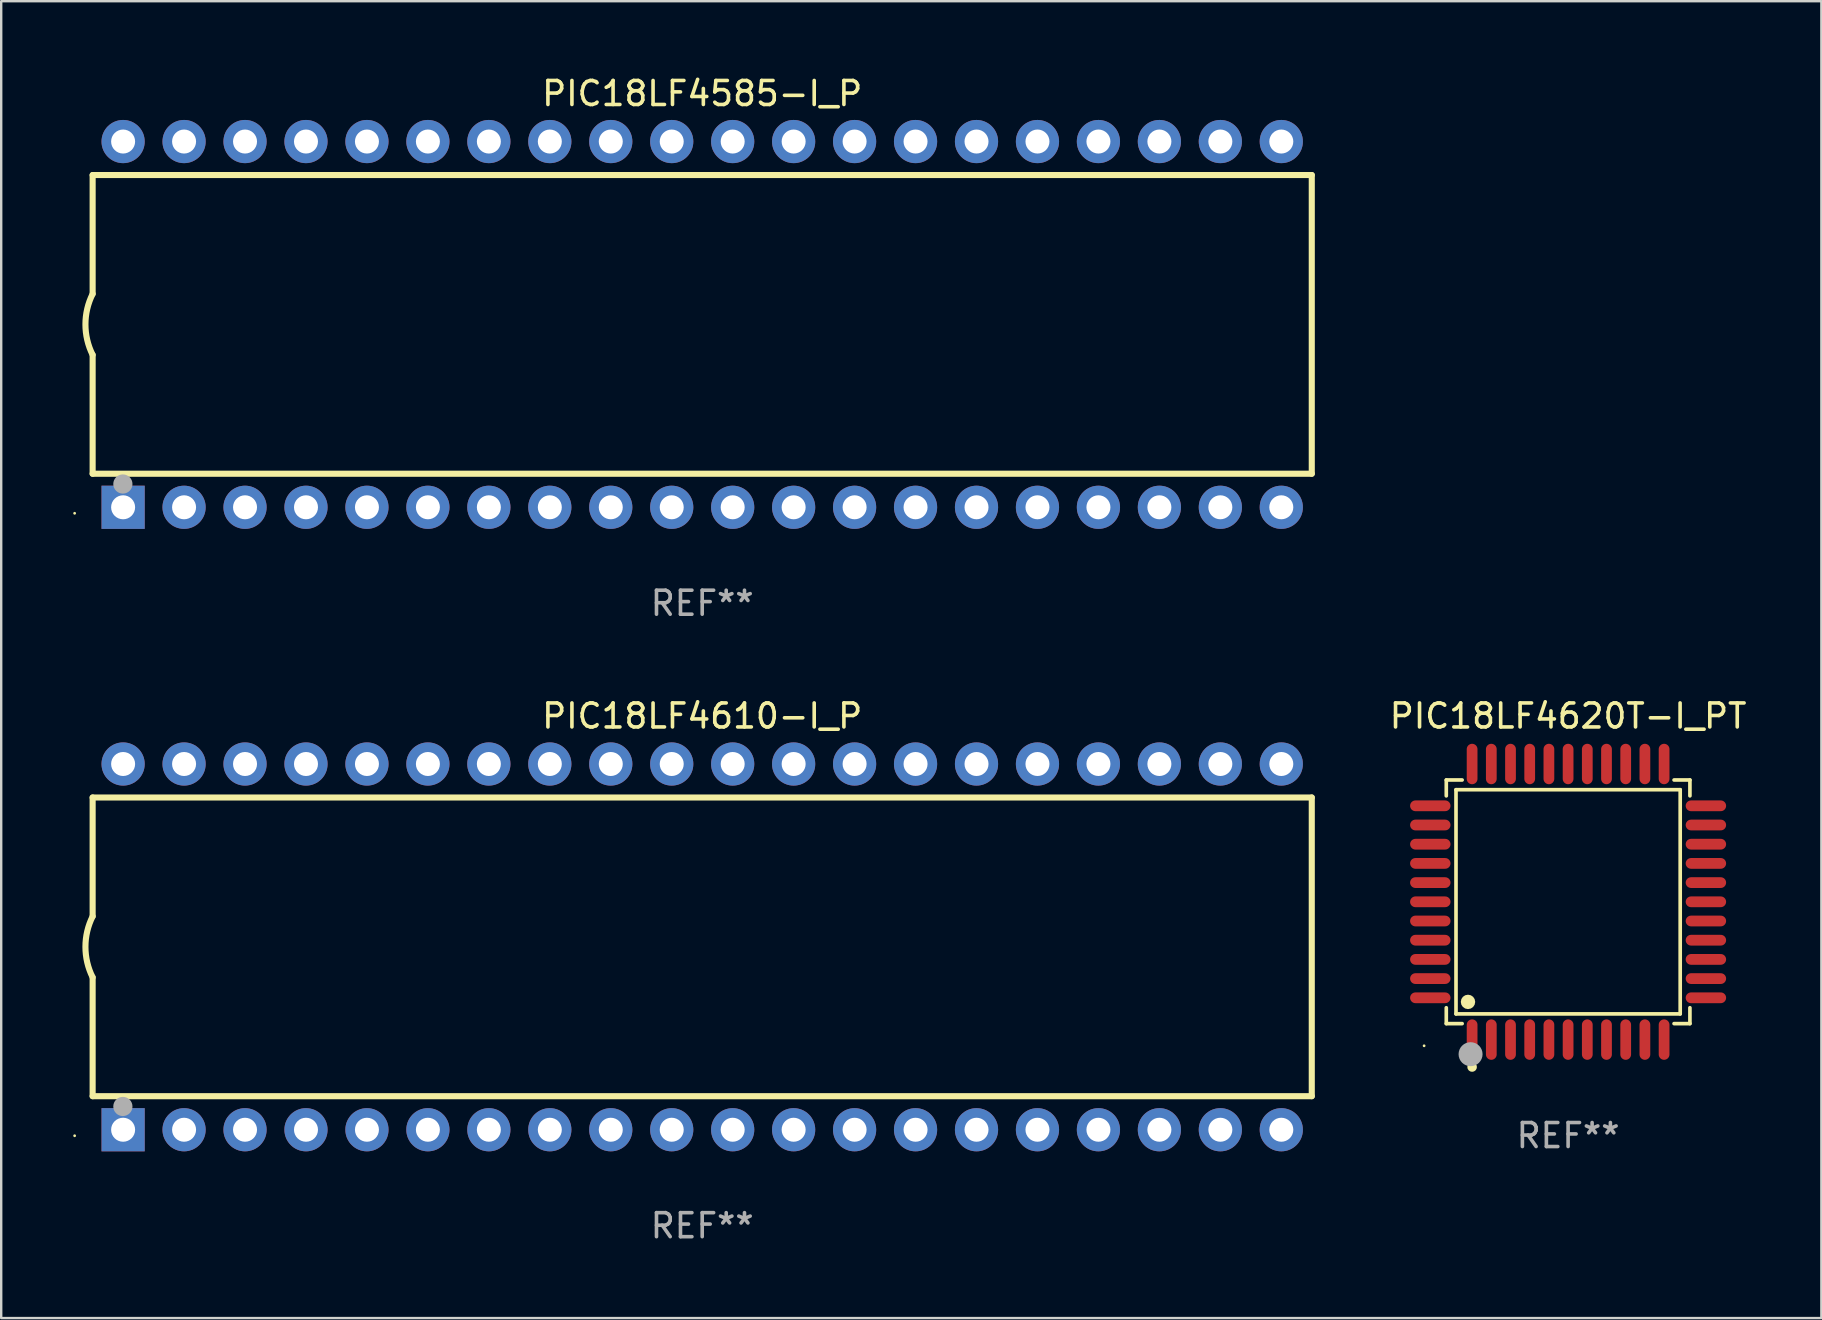
<source format=kicad_pcb>
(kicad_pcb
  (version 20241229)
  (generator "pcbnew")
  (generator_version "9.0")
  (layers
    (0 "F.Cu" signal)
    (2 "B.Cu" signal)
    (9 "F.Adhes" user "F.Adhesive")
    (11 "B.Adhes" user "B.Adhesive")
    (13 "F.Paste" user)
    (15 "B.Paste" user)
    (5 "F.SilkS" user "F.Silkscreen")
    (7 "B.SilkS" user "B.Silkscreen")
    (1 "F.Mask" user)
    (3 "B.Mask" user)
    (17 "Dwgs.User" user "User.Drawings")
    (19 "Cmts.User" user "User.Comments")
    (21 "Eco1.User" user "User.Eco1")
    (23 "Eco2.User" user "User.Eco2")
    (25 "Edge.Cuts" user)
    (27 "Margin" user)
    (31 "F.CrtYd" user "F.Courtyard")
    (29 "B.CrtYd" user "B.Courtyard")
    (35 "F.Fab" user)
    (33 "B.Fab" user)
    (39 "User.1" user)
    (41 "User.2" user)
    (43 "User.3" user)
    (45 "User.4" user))
  (footprint "PIC18LF4620T-I_PT"
    (layer "F.Cu")
    (at 62.291 34.527)
    (property "Reference" "PIC18LF4620T-I_PT" (at 0 -7.742 0) (layer "F.SilkS") (effects (font (size 1 1) (thickness 0.15))))
    (attr through_hole)
    (fp_line (start -5.076 -5.076) (end -4.415 -5.076) (stroke (width 0.152) (type solid)) (layer "F.SilkS"))
    (fp_line (start -5.076 -4.415) (end -5.076 -5.076) (stroke (width 0.152) (type solid)) (layer "F.SilkS"))
    (fp_line (start -5.076 4.415) (end -5.076 5.076) (stroke (width 0.152) (type solid)) (layer "F.SilkS"))
    (fp_line (start -5.076 5.076) (end -4.415 5.076) (stroke (width 0.152) (type solid)) (layer "F.SilkS"))
    (fp_line (start -4.671 -4.671) (end 4.671 -4.671) (stroke (width 0.152) (type solid)) (layer "F.SilkS"))
    (fp_line (start -4.671 4.671) (end -4.671 -4.671) (stroke (width 0.152) (type solid)) (layer "F.SilkS"))
    (fp_line (start 4.671 -4.671) (end 4.671 4.671) (stroke (width 0.152) (type solid)) (layer "F.SilkS"))
    (fp_line (start 4.671 4.671) (end -4.671 4.671) (stroke (width 0.152) (type solid)) (layer "F.SilkS"))
    (fp_line (start 5.076 -5.076) (end 4.415 -5.076) (stroke (width 0.152) (type solid)) (layer "F.SilkS"))
    (fp_line (start 5.076 -4.415) (end 5.076 -5.076) (stroke (width 0.152) (type solid)) (layer "F.SilkS"))
    (fp_line (start 5.076 4.415) (end 5.076 5.076) (stroke (width 0.152) (type solid)) (layer "F.SilkS"))
    (fp_line (start 5.076 5.076) (end 4.415 5.076) (stroke (width 0.152) (type solid)) (layer "F.SilkS"))
    (fp_circle (center -6 6) (end -5.97 6) (stroke (width 0.06) (type solid)) (fill no) (layer "F.SilkS"))
    (fp_circle (center -4.171 4.171) (end -4.021 4.171) (stroke (width 0.3) (type solid)) (fill no) (layer "F.SilkS"))
    (fp_circle (center -4 6.884) (end -3.9 6.884) (stroke (width 0.2) (type solid)) (fill no) (layer "F.SilkS"))
    (fp_circle (center -4.064 6.35) (end -3.814 6.35) (stroke (width 0.5) (type solid)) (fill no) (layer "F.Fab"))
    (fp_text user "REF**" (at 0 9.742 0) (layer "F.Fab") (effects (font (size 1 1) (thickness 0.15))))
    (pad "1" smd oval (at -4 5.742) (size 0.448 1.684) (layers "F.Cu" "F.Mask" "F.Paste"))
    (pad "2" smd oval (at -3.2 5.742) (size 0.448 1.684) (layers "F.Cu" "F.Mask" "F.Paste"))
    (pad "3" smd oval (at -2.4 5.742) (size 0.448 1.684) (layers "F.Cu" "F.Mask" "F.Paste"))
    (pad "4" smd oval (at -1.6 5.742) (size 0.448 1.684) (layers "F.Cu" "F.Mask" "F.Paste"))
    (pad "5" smd oval (at -0.8 5.742) (size 0.448 1.684) (layers "F.Cu" "F.Mask" "F.Paste"))
    (pad "6" smd oval (at 0 5.742) (size 0.448 1.684) (layers "F.Cu" "F.Mask" "F.Paste"))
    (pad "7" smd oval (at 0.8 5.742) (size 0.448 1.684) (layers "F.Cu" "F.Mask" "F.Paste"))
    (pad "8" smd oval (at 1.6 5.742) (size 0.448 1.684) (layers "F.Cu" "F.Mask" "F.Paste"))
    (pad "9" smd oval (at 2.4 5.742) (size 0.448 1.684) (layers "F.Cu" "F.Mask" "F.Paste"))
    (pad "10" smd oval (at 3.2 5.742) (size 0.448 1.684) (layers "F.Cu" "F.Mask" "F.Paste"))
    (pad "11" smd oval (at 4 5.742) (size 0.448 1.684) (layers "F.Cu" "F.Mask" "F.Paste"))
    (pad "12" smd oval (at 5.742 4) (size 1.684 0.448) (layers "F.Cu" "F.Mask" "F.Paste"))
    (pad "13" smd oval (at 5.742 3.2) (size 1.684 0.448) (layers "F.Cu" "F.Mask" "F.Paste"))
    (pad "14" smd oval (at 5.742 2.4) (size 1.684 0.448) (layers "F.Cu" "F.Mask" "F.Paste"))
    (pad "15" smd oval (at 5.742 1.6) (size 1.684 0.448) (layers "F.Cu" "F.Mask" "F.Paste"))
    (pad "16" smd oval (at 5.742 0.8) (size 1.684 0.448) (layers "F.Cu" "F.Mask" "F.Paste"))
    (pad "17" smd oval (at 5.742 0) (size 1.684 0.448) (layers "F.Cu" "F.Mask" "F.Paste"))
    (pad "18" smd oval (at 5.742 -0.8) (size 1.684 0.448) (layers "F.Cu" "F.Mask" "F.Paste"))
    (pad "19" smd oval (at 5.742 -1.6) (size 1.684 0.448) (layers "F.Cu" "F.Mask" "F.Paste"))
    (pad "20" smd oval (at 5.742 -2.4) (size 1.684 0.448) (layers "F.Cu" "F.Mask" "F.Paste"))
    (pad "21" smd oval (at 5.742 -3.2) (size 1.684 0.448) (layers "F.Cu" "F.Mask" "F.Paste"))
    (pad "22" smd oval (at 5.742 -4) (size 1.684 0.448) (layers "F.Cu" "F.Mask" "F.Paste"))
    (pad "23" smd oval (at 4 -5.742) (size 0.448 1.684) (layers "F.Cu" "F.Mask" "F.Paste"))
    (pad "24" smd oval (at 3.2 -5.742) (size 0.448 1.684) (layers "F.Cu" "F.Mask" "F.Paste"))
    (pad "25" smd oval (at 2.4 -5.742) (size 0.448 1.684) (layers "F.Cu" "F.Mask" "F.Paste"))
    (pad "26" smd oval (at 1.6 -5.742) (size 0.448 1.684) (layers "F.Cu" "F.Mask" "F.Paste"))
    (pad "27" smd oval (at 0.8 -5.742) (size 0.448 1.684) (layers "F.Cu" "F.Mask" "F.Paste"))
    (pad "28" smd oval (at 0 -5.742) (size 0.448 1.684) (layers "F.Cu" "F.Mask" "F.Paste"))
    (pad "29" smd oval (at -0.8 -5.742) (size 0.448 1.684) (layers "F.Cu" "F.Mask" "F.Paste"))
    (pad "30" smd oval (at -1.6 -5.742) (size 0.448 1.684) (layers "F.Cu" "F.Mask" "F.Paste"))
    (pad "31" smd oval (at -2.4 -5.742) (size 0.448 1.684) (layers "F.Cu" "F.Mask" "F.Paste"))
    (pad "32" smd oval (at -3.2 -5.742) (size 0.448 1.684) (layers "F.Cu" "F.Mask" "F.Paste"))
    (pad "33" smd oval (at -4 -5.742) (size 0.448 1.684) (layers "F.Cu" "F.Mask" "F.Paste"))
    (pad "34" smd oval (at -5.742 -4) (size 1.684 0.448) (layers "F.Cu" "F.Mask" "F.Paste"))
    (pad "35" smd oval (at -5.742 -3.2) (size 1.684 0.448) (layers "F.Cu" "F.Mask" "F.Paste"))
    (pad "36" smd oval (at -5.742 -2.4) (size 1.684 0.448) (layers "F.Cu" "F.Mask" "F.Paste"))
    (pad "37" smd oval (at -5.742 -1.6) (size 1.684 0.448) (layers "F.Cu" "F.Mask" "F.Paste"))
    (pad "38" smd oval (at -5.742 -0.8) (size 1.684 0.448) (layers "F.Cu" "F.Mask" "F.Paste"))
    (pad "39" smd oval (at -5.742 0) (size 1.684 0.448) (layers "F.Cu" "F.Mask" "F.Paste"))
    (pad "40" smd oval (at -5.742 0.8) (size 1.684 0.448) (layers "F.Cu" "F.Mask" "F.Paste"))
    (pad "41" smd oval (at -5.742 1.6) (size 1.684 0.448) (layers "F.Cu" "F.Mask" "F.Paste"))
    (pad "42" smd oval (at -5.742 2.4) (size 1.684 0.448) (layers "F.Cu" "F.Mask" "F.Paste"))
    (pad "43" smd oval (at -5.742 3.2) (size 1.684 0.448) (layers "F.Cu" "F.Mask" "F.Paste"))
    (pad "44" smd oval (at -5.742 4) (size 1.684 0.448) (layers "F.Cu" "F.Mask" "F.Paste")))
  (footprint "PIC18LF4585-I_P"
    (layer "F.Cu")
    (at 26.21 10.468)
    (property "Reference" "PIC18LF4585-I_P" (at 0 -9.62 0) (layer "F.SilkS") (effects (font (size 1 1) (thickness 0.15))))
    (attr through_hole)
    (fp_line (start -25.4 -6.224) (end -25.4 -1.271) (stroke (width 0.254) (type solid)) (layer "F.SilkS"))
    (fp_line (start -25.4 -6.224) (end 25.4 -6.224) (stroke (width 0.254) (type solid)) (layer "F.SilkS"))
    (fp_line (start -25.4 1.269) (end -25.4 6.222) (stroke (width 0.254) (type solid)) (layer "F.SilkS"))
    (fp_line (start -25.4 6.222) (end 25.4 6.222) (stroke (width 0.254) (type solid)) (layer "F.SilkS"))
    (fp_line (start 25.4 6.222) (end 25.4 -6.224) (stroke (width 0.254) (type solid)) (layer "F.SilkS"))
    (fp_arc (start -25.4 1.269241) (mid -25.699807 -0.000762) (end -25.4 -1.270765) (stroke (width 0.254001) (type solid)) (layer "F.SilkS"))
    (fp_circle (center -26.15 7.87) (end -26.12 7.87) (stroke (width 0.06) (type solid)) (fill no) (layer "F.SilkS"))
    (fp_circle (center -24.14 6.65) (end -23.94 6.65) (stroke (width 0.4) (type solid)) (fill no) (layer "F.Fab"))
    (fp_text user "REF**" (at 0 11.62 0) (layer "F.Fab") (effects (font (size 1 1) (thickness 0.15))))
    (pad "1" thru_hole rect (at -24.13 7.62 90) (size 1.8 1.8) (drill 1) (layers "*.Cu" "*.Mask"))
    (pad "2" thru_hole circle (at -21.59 7.62) (size 1.8 1.8) (drill 1) (layers "*.Cu" "*.Mask"))
    (pad "3" thru_hole circle (at -19.05 7.62) (size 1.8 1.8) (drill 1) (layers "*.Cu" "*.Mask"))
    (pad "4" thru_hole circle (at -16.51 7.62) (size 1.8 1.8) (drill 1) (layers "*.Cu" "*.Mask"))
    (pad "5" thru_hole circle (at -13.97 7.62) (size 1.8 1.8) (drill 1) (layers "*.Cu" "*.Mask"))
    (pad "6" thru_hole circle (at -11.43 7.62) (size 1.8 1.8) (drill 1) (layers "*.Cu" "*.Mask"))
    (pad "7" thru_hole circle (at -8.89 7.62) (size 1.8 1.8) (drill 1) (layers "*.Cu" "*.Mask"))
    (pad "8" thru_hole circle (at -6.35 7.62) (size 1.8 1.8) (drill 1) (layers "*.Cu" "*.Mask"))
    (pad "9" thru_hole circle (at -3.81 7.62) (size 1.8 1.8) (drill 1) (layers "*.Cu" "*.Mask"))
    (pad "10" thru_hole circle (at -1.27 7.62) (size 1.8 1.8) (drill 1) (layers "*.Cu" "*.Mask"))
    (pad "11" thru_hole circle (at 1.27 7.62) (size 1.8 1.8) (drill 1) (layers "*.Cu" "*.Mask"))
    (pad "12" thru_hole circle (at 3.81 7.62) (size 1.8 1.8) (drill 1) (layers "*.Cu" "*.Mask"))
    (pad "13" thru_hole circle (at 6.35 7.62) (size 1.8 1.8) (drill 1) (layers "*.Cu" "*.Mask"))
    (pad "14" thru_hole circle (at 8.89 7.62) (size 1.8 1.8) (drill 1) (layers "*.Cu" "*.Mask"))
    (pad "15" thru_hole circle (at 11.43 7.62) (size 1.8 1.8) (drill 1) (layers "*.Cu" "*.Mask"))
    (pad "16" thru_hole circle (at 13.97 7.62) (size 1.8 1.8) (drill 1) (layers "*.Cu" "*.Mask"))
    (pad "17" thru_hole circle (at 16.51 7.62) (size 1.8 1.8) (drill 1) (layers "*.Cu" "*.Mask"))
    (pad "18" thru_hole circle (at 19.05 7.62) (size 1.8 1.8) (drill 1) (layers "*.Cu" "*.Mask"))
    (pad "19" thru_hole circle (at 21.59 7.62) (size 1.8 1.8) (drill 1) (layers "*.Cu" "*.Mask"))
    (pad "20" thru_hole circle (at 24.13 7.62) (size 1.8 1.8) (drill 1) (layers "*.Cu" "*.Mask"))
    (pad "21" thru_hole circle (at 24.13 -7.62) (size 1.8 1.8) (drill 1) (layers "*.Cu" "*.Mask"))
    (pad "22" thru_hole circle (at 21.59 -7.62) (size 1.8 1.8) (drill 1) (layers "*.Cu" "*.Mask"))
    (pad "23" thru_hole circle (at 19.05 -7.62) (size 1.8 1.8) (drill 1) (layers "*.Cu" "*.Mask"))
    (pad "24" thru_hole circle (at 16.51 -7.62) (size 1.8 1.8) (drill 1) (layers "*.Cu" "*.Mask"))
    (pad "25" thru_hole circle (at 13.97 -7.62) (size 1.8 1.8) (drill 1) (layers "*.Cu" "*.Mask"))
    (pad "26" thru_hole circle (at 11.43 -7.62) (size 1.8 1.8) (drill 1) (layers "*.Cu" "*.Mask"))
    (pad "27" thru_hole circle (at 8.89 -7.62) (size 1.8 1.8) (drill 1) (layers "*.Cu" "*.Mask"))
    (pad "28" thru_hole circle (at 6.35 -7.62) (size 1.8 1.8) (drill 1) (layers "*.Cu" "*.Mask"))
    (pad "29" thru_hole circle (at 3.81 -7.62) (size 1.8 1.8) (drill 1) (layers "*.Cu" "*.Mask"))
    (pad "30" thru_hole circle (at 1.27 -7.62) (size 1.8 1.8) (drill 1) (layers "*.Cu" "*.Mask"))
    (pad "31" thru_hole circle (at -1.27 -7.62) (size 1.8 1.8) (drill 1) (layers "*.Cu" "*.Mask"))
    (pad "32" thru_hole circle (at -3.81 -7.62) (size 1.8 1.8) (drill 1) (layers "*.Cu" "*.Mask"))
    (pad "33" thru_hole circle (at -6.35 -7.62) (size 1.8 1.8) (drill 1) (layers "*.Cu" "*.Mask"))
    (pad "34" thru_hole circle (at -8.89 -7.62) (size 1.8 1.8) (drill 1) (layers "*.Cu" "*.Mask"))
    (pad "35" thru_hole circle (at -11.43 -7.62) (size 1.8 1.8) (drill 1) (layers "*.Cu" "*.Mask"))
    (pad "36" thru_hole circle (at -13.97 -7.62) (size 1.8 1.8) (drill 1) (layers "*.Cu" "*.Mask"))
    (pad "37" thru_hole circle (at -16.51 -7.62) (size 1.8 1.8) (drill 1) (layers "*.Cu" "*.Mask"))
    (pad "38" thru_hole circle (at -19.05 -7.62) (size 1.8 1.8) (drill 1) (layers "*.Cu" "*.Mask"))
    (pad "39" thru_hole circle (at -21.59 -7.62) (size 1.8 1.8) (drill 1) (layers "*.Cu" "*.Mask"))
    (pad "40" thru_hole circle (at -24.13 -7.62) (size 1.8 1.8) (drill 1) (layers "*.Cu" "*.Mask")))
  (footprint "PIC18LF4610-I_P"
    (layer "F.Cu")
    (at 26.21 36.405)
    (property "Reference" "PIC18LF4610-I_P" (at 0 -9.62 0) (layer "F.SilkS") (effects (font (size 1 1) (thickness 0.15))))
    (attr through_hole)
    (fp_line (start -25.4 -6.224) (end -25.4 -1.271) (stroke (width 0.254) (type solid)) (layer "F.SilkS"))
    (fp_line (start -25.4 -6.224) (end 25.4 -6.224) (stroke (width 0.254) (type solid)) (layer "F.SilkS"))
    (fp_line (start -25.4 1.269) (end -25.4 6.222) (stroke (width 0.254) (type solid)) (layer "F.SilkS"))
    (fp_line (start -25.4 6.222) (end 25.4 6.222) (stroke (width 0.254) (type solid)) (layer "F.SilkS"))
    (fp_line (start 25.4 6.222) (end 25.4 -6.224) (stroke (width 0.254) (type solid)) (layer "F.SilkS"))
    (fp_arc (start -25.4 1.269241) (mid -25.699807 -0.000762) (end -25.4 -1.270765) (stroke (width 0.254001) (type solid)) (layer "F.SilkS"))
    (fp_circle (center -26.15 7.87) (end -26.12 7.87) (stroke (width 0.06) (type solid)) (fill no) (layer "F.SilkS"))
    (fp_circle (center -24.14 6.65) (end -23.94 6.65) (stroke (width 0.4) (type solid)) (fill no) (layer "F.Fab"))
    (fp_text user "REF**" (at 0 11.62 0) (layer "F.Fab") (effects (font (size 1 1) (thickness 0.15))))
    (pad "1" thru_hole rect (at -24.13 7.62 90) (size 1.8 1.8) (drill 1) (layers "*.Cu" "*.Mask"))
    (pad "2" thru_hole circle (at -21.59 7.62) (size 1.8 1.8) (drill 1) (layers "*.Cu" "*.Mask"))
    (pad "3" thru_hole circle (at -19.05 7.62) (size 1.8 1.8) (drill 1) (layers "*.Cu" "*.Mask"))
    (pad "4" thru_hole circle (at -16.51 7.62) (size 1.8 1.8) (drill 1) (layers "*.Cu" "*.Mask"))
    (pad "5" thru_hole circle (at -13.97 7.62) (size 1.8 1.8) (drill 1) (layers "*.Cu" "*.Mask"))
    (pad "6" thru_hole circle (at -11.43 7.62) (size 1.8 1.8) (drill 1) (layers "*.Cu" "*.Mask"))
    (pad "7" thru_hole circle (at -8.89 7.62) (size 1.8 1.8) (drill 1) (layers "*.Cu" "*.Mask"))
    (pad "8" thru_hole circle (at -6.35 7.62) (size 1.8 1.8) (drill 1) (layers "*.Cu" "*.Mask"))
    (pad "9" thru_hole circle (at -3.81 7.62) (size 1.8 1.8) (drill 1) (layers "*.Cu" "*.Mask"))
    (pad "10" thru_hole circle (at -1.27 7.62) (size 1.8 1.8) (drill 1) (layers "*.Cu" "*.Mask"))
    (pad "11" thru_hole circle (at 1.27 7.62) (size 1.8 1.8) (drill 1) (layers "*.Cu" "*.Mask"))
    (pad "12" thru_hole circle (at 3.81 7.62) (size 1.8 1.8) (drill 1) (layers "*.Cu" "*.Mask"))
    (pad "13" thru_hole circle (at 6.35 7.62) (size 1.8 1.8) (drill 1) (layers "*.Cu" "*.Mask"))
    (pad "14" thru_hole circle (at 8.89 7.62) (size 1.8 1.8) (drill 1) (layers "*.Cu" "*.Mask"))
    (pad "15" thru_hole circle (at 11.43 7.62) (size 1.8 1.8) (drill 1) (layers "*.Cu" "*.Mask"))
    (pad "16" thru_hole circle (at 13.97 7.62) (size 1.8 1.8) (drill 1) (layers "*.Cu" "*.Mask"))
    (pad "17" thru_hole circle (at 16.51 7.62) (size 1.8 1.8) (drill 1) (layers "*.Cu" "*.Mask"))
    (pad "18" thru_hole circle (at 19.05 7.62) (size 1.8 1.8) (drill 1) (layers "*.Cu" "*.Mask"))
    (pad "19" thru_hole circle (at 21.59 7.62) (size 1.8 1.8) (drill 1) (layers "*.Cu" "*.Mask"))
    (pad "20" thru_hole circle (at 24.13 7.62) (size 1.8 1.8) (drill 1) (layers "*.Cu" "*.Mask"))
    (pad "21" thru_hole circle (at 24.13 -7.62) (size 1.8 1.8) (drill 1) (layers "*.Cu" "*.Mask"))
    (pad "22" thru_hole circle (at 21.59 -7.62) (size 1.8 1.8) (drill 1) (layers "*.Cu" "*.Mask"))
    (pad "23" thru_hole circle (at 19.05 -7.62) (size 1.8 1.8) (drill 1) (layers "*.Cu" "*.Mask"))
    (pad "24" thru_hole circle (at 16.51 -7.62) (size 1.8 1.8) (drill 1) (layers "*.Cu" "*.Mask"))
    (pad "25" thru_hole circle (at 13.97 -7.62) (size 1.8 1.8) (drill 1) (layers "*.Cu" "*.Mask"))
    (pad "26" thru_hole circle (at 11.43 -7.62) (size 1.8 1.8) (drill 1) (layers "*.Cu" "*.Mask"))
    (pad "27" thru_hole circle (at 8.89 -7.62) (size 1.8 1.8) (drill 1) (layers "*.Cu" "*.Mask"))
    (pad "28" thru_hole circle (at 6.35 -7.62) (size 1.8 1.8) (drill 1) (layers "*.Cu" "*.Mask"))
    (pad "29" thru_hole circle (at 3.81 -7.62) (size 1.8 1.8) (drill 1) (layers "*.Cu" "*.Mask"))
    (pad "30" thru_hole circle (at 1.27 -7.62) (size 1.8 1.8) (drill 1) (layers "*.Cu" "*.Mask"))
    (pad "31" thru_hole circle (at -1.27 -7.62) (size 1.8 1.8) (drill 1) (layers "*.Cu" "*.Mask"))
    (pad "32" thru_hole circle (at -3.81 -7.62) (size 1.8 1.8) (drill 1) (layers "*.Cu" "*.Mask"))
    (pad "33" thru_hole circle (at -6.35 -7.62) (size 1.8 1.8) (drill 1) (layers "*.Cu" "*.Mask"))
    (pad "34" thru_hole circle (at -8.89 -7.62) (size 1.8 1.8) (drill 1) (layers "*.Cu" "*.Mask"))
    (pad "35" thru_hole circle (at -11.43 -7.62) (size 1.8 1.8) (drill 1) (layers "*.Cu" "*.Mask"))
    (pad "36" thru_hole circle (at -13.97 -7.62) (size 1.8 1.8) (drill 1) (layers "*.Cu" "*.Mask"))
    (pad "37" thru_hole circle (at -16.51 -7.62) (size 1.8 1.8) (drill 1) (layers "*.Cu" "*.Mask"))
    (pad "38" thru_hole circle (at -19.05 -7.62) (size 1.8 1.8) (drill 1) (layers "*.Cu" "*.Mask"))
    (pad "39" thru_hole circle (at -21.59 -7.62) (size 1.8 1.8) (drill 1) (layers "*.Cu" "*.Mask"))
    (pad "40" thru_hole circle (at -24.13 -7.62) (size 1.8 1.8) (drill 1) (layers "*.Cu" "*.Mask")))
  (gr_rect
    (start -3 -3)
    (end 72.844 51.873)
    (stroke (width 0.1) (type default))
    (fill no)
    (layer "Edge.Cuts")))
</source>
